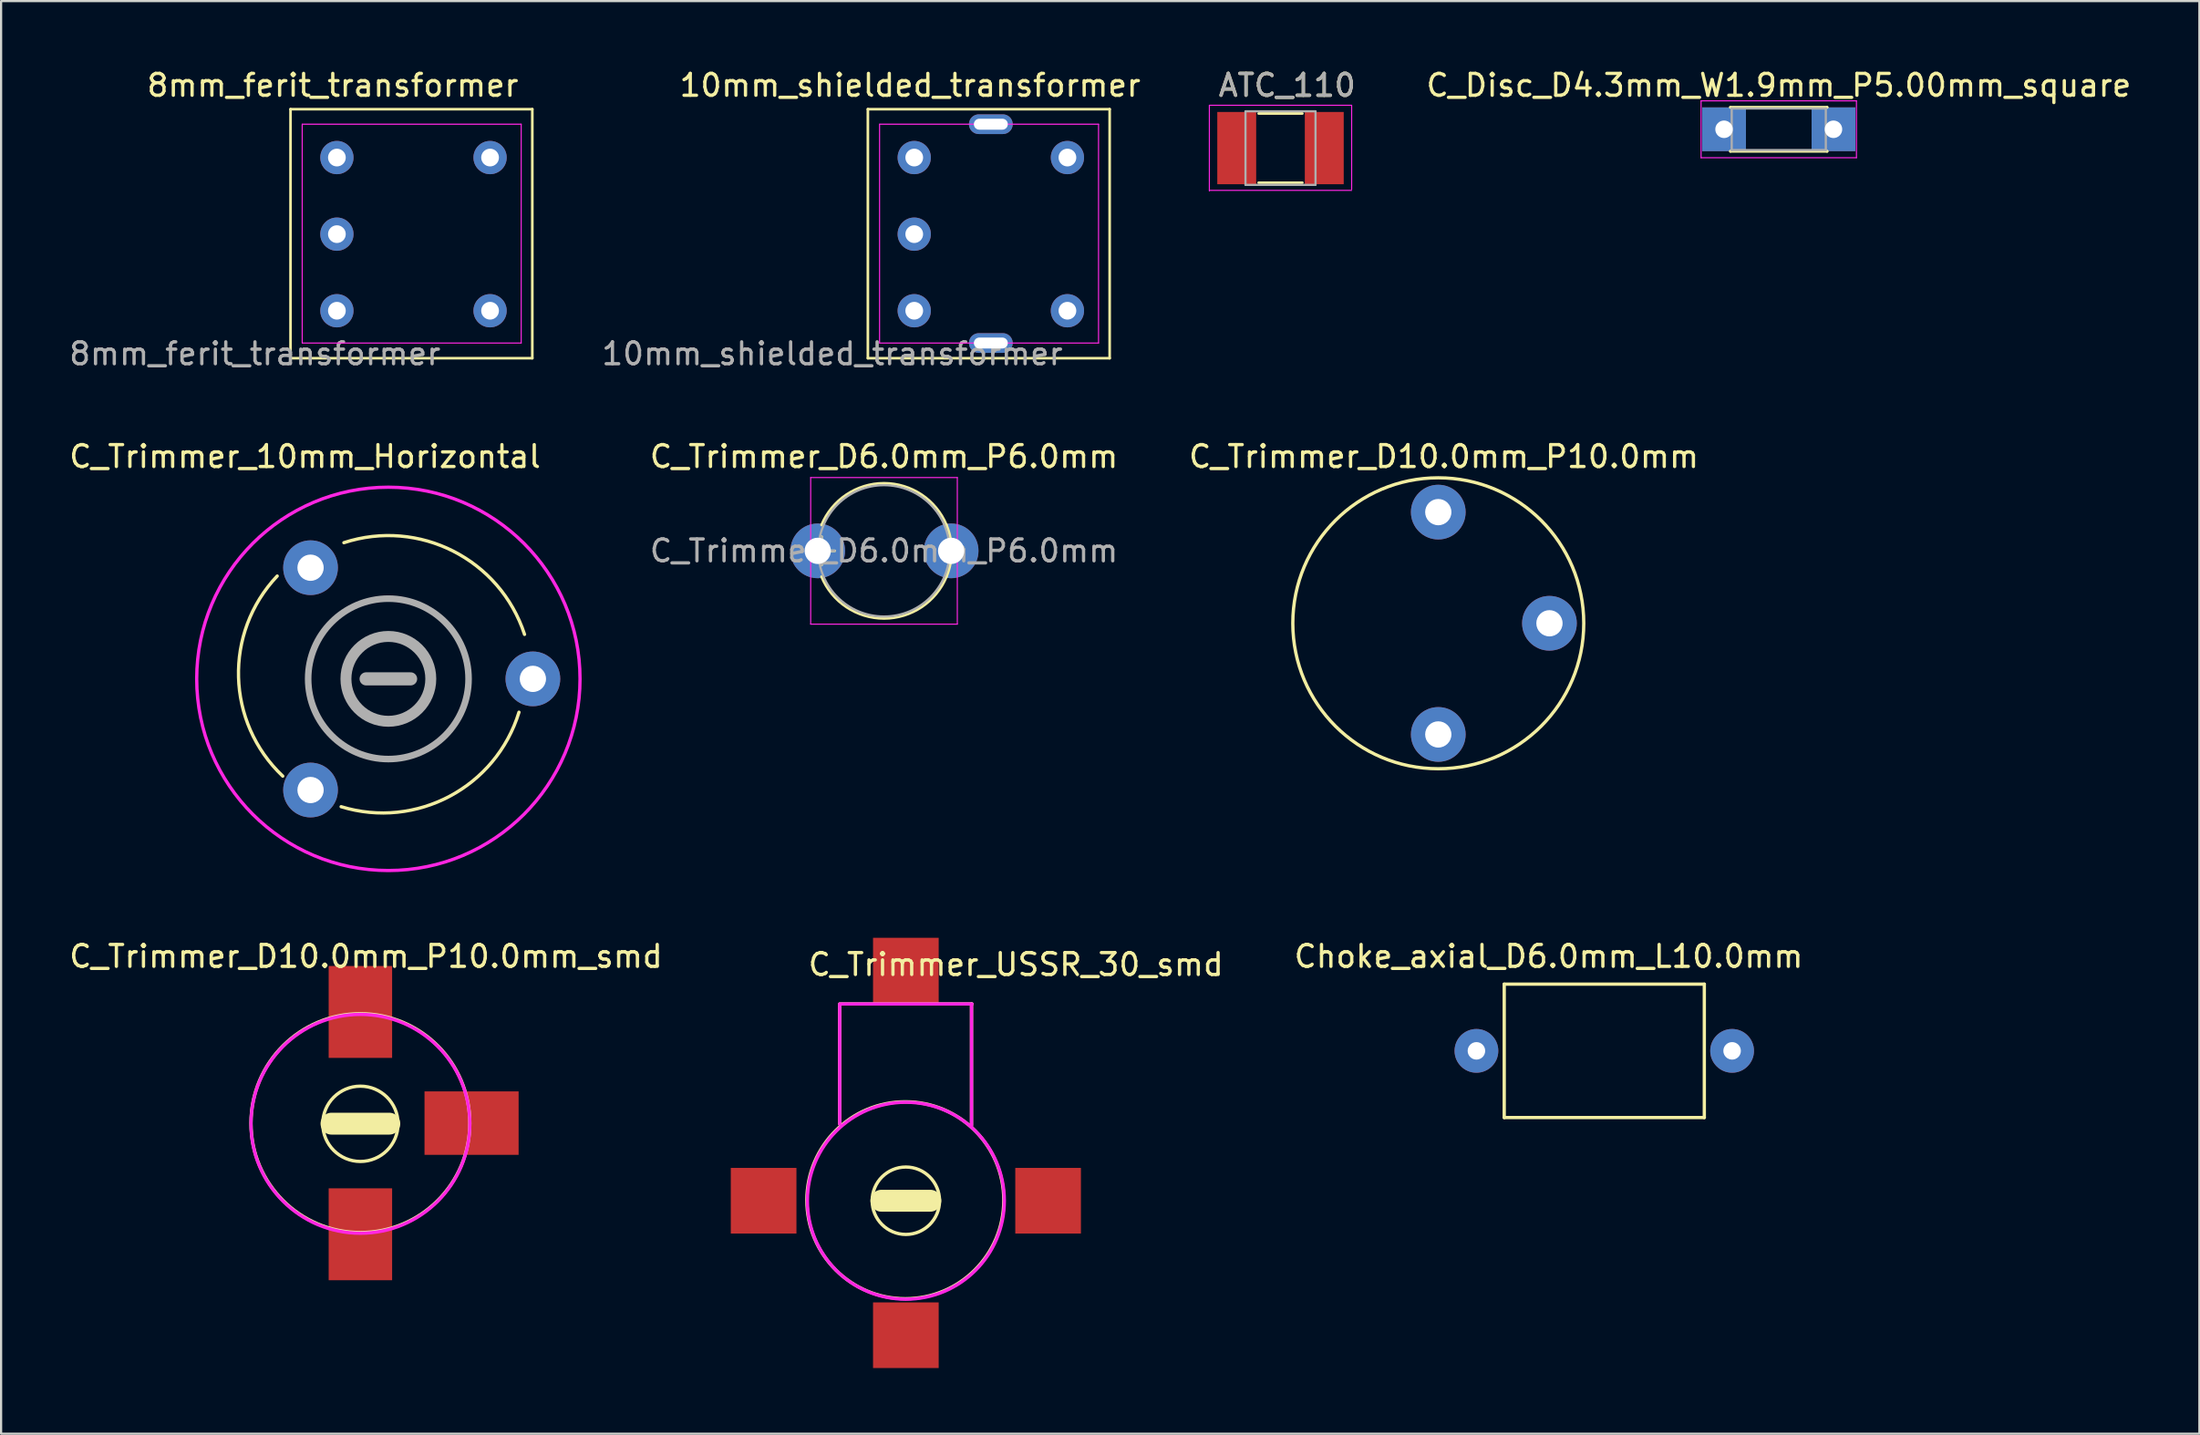
<source format=kicad_pcb>
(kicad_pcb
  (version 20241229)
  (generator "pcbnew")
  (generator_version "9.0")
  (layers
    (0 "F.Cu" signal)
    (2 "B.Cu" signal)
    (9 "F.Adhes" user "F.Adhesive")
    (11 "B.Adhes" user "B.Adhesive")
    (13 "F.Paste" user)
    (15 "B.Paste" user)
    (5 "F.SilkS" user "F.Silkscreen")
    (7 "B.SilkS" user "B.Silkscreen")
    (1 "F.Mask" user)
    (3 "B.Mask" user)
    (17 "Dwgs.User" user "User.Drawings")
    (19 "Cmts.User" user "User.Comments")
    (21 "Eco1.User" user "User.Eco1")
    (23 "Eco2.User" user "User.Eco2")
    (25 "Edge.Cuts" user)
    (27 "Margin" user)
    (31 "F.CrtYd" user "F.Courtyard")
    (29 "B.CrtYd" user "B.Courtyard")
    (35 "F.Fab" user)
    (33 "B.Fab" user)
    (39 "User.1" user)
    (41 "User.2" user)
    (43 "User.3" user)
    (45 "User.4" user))
  (footprint "8mm_ferit_transformer"
    (layer "F.Cu")
    (at 19.345 4.15)
    (property "Reference" "8mm_ferit_transformer" (at -7.188 -3.302 0) (layer "F.SilkS") (effects (font (size 1 1) (thickness 0.15))))
    (attr through_hole)
    (fp_line (start -9.119 -2.21) (end 1.93 -2.21) (stroke (width 0.12) (type solid)) (layer "F.SilkS"))
    (fp_line (start -9.119 9.169) (end -9.119 -2.21) (stroke (width 0.12) (type solid)) (layer "F.SilkS"))
    (fp_line (start 1.93 -2.21) (end 1.93 9.169) (stroke (width 0.12) (type solid)) (layer "F.SilkS"))
    (fp_line (start 1.93 9.169) (end -9.119 9.169) (stroke (width 0.12) (type solid)) (layer "F.SilkS"))
    (fp_line (start -8.585 -1.524) (end -8.585 8.476) (stroke (width 0.05) (type solid)) (layer "F.CrtYd"))
    (fp_line (start -8.578 -1.524) (end 1.422 -1.524) (stroke (width 0.05) (type solid)) (layer "F.CrtYd"))
    (fp_line (start 1.422 8.476) (end -8.578 8.476) (stroke (width 0.05) (type solid)) (layer "F.CrtYd"))
    (fp_line (start 1.422 8.476) (end 1.422 -1.524) (stroke (width 0.05) (type solid)) (layer "F.CrtYd"))
    (fp_text user "${REFERENCE}" (at -10.744 8.966 0) (layer "F.Fab") (effects (font (size 1 1) (thickness 0.15))))
    (pad "1" thru_hole circle (at -7 0) (size 1.52 1.52) (drill 0.81) (layers "*.Cu" "*.Mask"))
    (pad "2" thru_hole circle (at -7 3.5) (size 1.52 1.52) (drill 0.81) (layers "*.Cu" "*.Mask"))
    (pad "3" thru_hole circle (at -7 7) (size 1.52 1.52) (drill 0.81) (layers "*.Cu" "*.Mask"))
    (pad "4" thru_hole circle (at 0 0) (size 1.52 1.52) (drill 0.81) (layers "*.Cu" "*.Mask"))
    (pad "5" thru_hole circle (at 0 7) (size 1.52 1.52) (drill 0.81) (layers "*.Cu" "*.Mask")))
  (footprint "C_Disc_D4.3mm_W1.9mm_P5.00mm_square"
    (layer "F.Cu")
    (at 75.734 2.858)
    (property "Reference" "C_Disc_D4.3mm_W1.9mm_P5.00mm_square" (at 2.5 -2.01 0) (layer "F.SilkS") (effects (font (size 1 1) (thickness 0.15))))
    (attr through_hole)
    (fp_line (start 0.29 -1.01) (end 0.29 -0.996) (stroke (width 0.12) (type solid)) (layer "F.SilkS"))
    (fp_line (start 0.29 -1.01) (end 4.71 -1.01) (stroke (width 0.12) (type solid)) (layer "F.SilkS"))
    (fp_line (start 0.29 0.996) (end 0.29 1.01) (stroke (width 0.12) (type solid)) (layer "F.SilkS"))
    (fp_line (start 0.29 1.01) (end 4.71 1.01) (stroke (width 0.12) (type solid)) (layer "F.SilkS"))
    (fp_line (start 4.71 -1.01) (end 4.71 -0.996) (stroke (width 0.12) (type solid)) (layer "F.SilkS"))
    (fp_line (start 4.71 0.996) (end 4.71 1.01) (stroke (width 0.12) (type solid)) (layer "F.SilkS"))
    (fp_line (start -1.05 -1.3) (end -1.05 1.3) (stroke (width 0.05) (type solid)) (layer "F.CrtYd"))
    (fp_line (start -1.05 1.3) (end 6.05 1.3) (stroke (width 0.05) (type solid)) (layer "F.CrtYd"))
    (fp_line (start 6.05 -1.3) (end -1.05 -1.3) (stroke (width 0.05) (type solid)) (layer "F.CrtYd"))
    (fp_line (start 6.05 1.3) (end 6.05 -1.3) (stroke (width 0.05) (type solid)) (layer "F.CrtYd"))
    (fp_line (start 0.35 -0.95) (end 0.35 0.95) (stroke (width 0.1) (type solid)) (layer "F.Fab"))
    (fp_line (start 0.35 0.95) (end 4.65 0.95) (stroke (width 0.1) (type solid)) (layer "F.Fab"))
    (fp_line (start 4.65 -0.95) (end 0.35 -0.95) (stroke (width 0.1) (type solid)) (layer "F.Fab"))
    (fp_line (start 4.65 0.95) (end 4.65 -0.95) (stroke (width 0.1) (type solid)) (layer "F.Fab"))
    (pad "1" thru_hole rect (at 0 0) (size 2 2) (drill 0.8) (layers "*.Cu" "*.Mask"))
    (pad "2" thru_hole rect (at 5 0) (size 2 2) (drill 0.8) (layers "*.Cu" "*.Mask")))
  (footprint "C_Trimmer_D10.0mm_P10.0mm"
    (layer "F.Cu")
    (at 62.675 30.513)
    (property "Reference" "C_Trimmer_D10.0mm_P10.0mm" (at 0.254 -12.7 0) (layer "F.SilkS") (effects (font (size 1 1) (thickness 0.15))))
    (attr through_hole)
    (fp_circle (center 0 -5.08) (end 4.572 -0.254) (stroke (width 0.15) (type solid)) (fill no) (layer "F.SilkS"))
    (pad "1" thru_hole circle (at 5.08 -5.08) (size 2.5 2.5) (drill 1.2) (layers "*.Cu" "*.Mask"))
    (pad "2" thru_hole circle (at 0 -10.16) (size 2.5 2.5) (drill 1.2) (layers "*.Cu" "*.Mask"))
    (pad "2" thru_hole circle (at 0 0) (size 2.5 2.5) (drill 1.2) (layers "*.Cu" "*.Mask")))
  (footprint "C_Trimmer_D10.0mm_P10.0mm_smd"
    (layer "F.Cu")
    (at 13.419 53.355)
    (property "Reference" "C_Trimmer_D10.0mm_P10.0mm_smd" (at 0.254 -12.7 0) (layer "F.SilkS") (effects (font (size 1 1) (thickness 0.15))))
    (attr through_hole)
    (fp_line (start -1.321 -5.055) (end 1.321 -5.055) (stroke (width 1) (type solid)) (layer "F.SilkS"))
    (fp_circle (center 0 -5.08) (end 5 -5.08) (stroke (width 0.15) (type solid)) (fill no) (layer "F.SilkS"))
    (fp_circle (center 0 -5.048) (end 1.72 -5.048) (stroke (width 0.15) (type solid)) (fill no) (layer "F.SilkS"))
    (fp_circle (center 0 -5.048) (end 5 -5.048) (stroke (width 0.15) (type solid)) (fill no) (layer "F.CrtYd"))
    (pad "1" smd rect (at 5.08 -5.08) (size 4.3 2.9) (layers "F.Cu" "F.Mask" "F.Paste"))
    (pad "2" smd rect (at 0 -10.16) (size 2.9 4.2) (layers "F.Cu" "F.Mask" "F.Paste"))
    (pad "2" smd rect (at 0 0) (size 2.9 4.2) (layers "F.Cu" "F.Mask" "F.Paste")))
  (footprint "C_Trimmer_D6.0mm_P6.0mm"
    (layer "F.Cu")
    (at 36.096 22.123)
    (property "Reference" "C_Trimmer_D6.0mm_P6.0mm" (at 1.25 -4.31 0) (layer "F.SilkS") (effects (font (size 1 1) (thickness 0.15))))
    (attr through_hole)
    (fp_line (start -2.2 0) (end -1 0) (stroke (width 0.12) (type solid)) (layer "F.SilkS"))
    (fp_line (start -1.6 -0.65) (end -1.6 0.65) (stroke (width 0.12) (type solid)) (layer "F.SilkS"))
    (fp_arc (start -1.605819 -1.18) (mid 1.25 -3.09) (end 4.105819 -1.18) (stroke (width 0.12) (type solid)) (layer "F.SilkS"))
    (fp_arc (start 4.105819 -1.18) (mid 4.34 0) (end 4.105819 1.18) (stroke (width 0.12) (type solid)) (layer "F.SilkS"))
    (fp_arc (start 4.105819 1.18) (mid 1.25 3.09) (end -1.605819 1.18) (stroke (width 0.12) (type solid)) (layer "F.SilkS"))
    (fp_line (start -2.1 -3.35) (end -2.1 3.35) (stroke (width 0.05) (type solid)) (layer "F.CrtYd"))
    (fp_line (start -2.1 3.35) (end 4.6 3.35) (stroke (width 0.05) (type solid)) (layer "F.CrtYd"))
    (fp_line (start 4.6 -3.35) (end -2.1 -3.35) (stroke (width 0.05) (type solid)) (layer "F.CrtYd"))
    (fp_line (start 4.6 3.35) (end 4.6 -3.35) (stroke (width 0.05) (type solid)) (layer "F.CrtYd"))
    (fp_line (start -2.2 0) (end -1 0) (stroke (width 0.1) (type solid)) (layer "F.Fab"))
    (fp_line (start -1.6 -0.65) (end -1.6 0.65) (stroke (width 0.1) (type solid)) (layer "F.Fab"))
    (fp_circle (center 1.25 0) (end 4.25 0) (stroke (width 0.1) (type solid)) (fill no) (layer "F.Fab"))
    (fp_text user "${REFERENCE}" (at 1.25 0 0) (layer "F.Fab") (effects (font (size 1 1) (thickness 0.15))))
    (pad "1" thru_hole circle (at -1.778 0) (size 2.5 2.5) (drill 1.2) (layers "*.Cu" "*.Mask"))
    (pad "2" thru_hole circle (at 4.318 0) (size 2.5 2.5) (drill 1.2) (layers "*.Cu" "*.Mask")))
  (footprint "ATC_110"
    (layer "F.Cu")
    (at 55.465 3.718)
    (property "Reference" "ATC_110" (at 0.305 -2.87 0) (layer "F.SilkS") (effects (font (size 1 1) (thickness 0.15))))
    (attr smd)
    (fp_line (start -1 1.582) (end 1 1.582) (stroke (width 0.12) (type solid)) (layer "F.SilkS"))
    (fp_line (start 1 -1.582) (end -1 -1.582) (stroke (width 0.12) (type solid)) (layer "F.SilkS"))
    (fp_line (start -3.251 -1.956) (end -3.251 1.956) (stroke (width 0.05) (type solid)) (layer "F.CrtYd"))
    (fp_line (start -3.25 -1.957) (end 3.25 -1.957) (stroke (width 0.05) (type solid)) (layer "F.CrtYd"))
    (fp_line (start 3.25 1.932) (end -3.25 1.932) (stroke (width 0.05) (type solid)) (layer "F.CrtYd"))
    (fp_line (start 3.251 -1.956) (end 3.251 1.88) (stroke (width 0.05) (type solid)) (layer "F.CrtYd"))
    (fp_line (start -1.6 -1.676) (end -1.6 1.676) (stroke (width 0.1) (type solid)) (layer "F.Fab"))
    (fp_line (start -1.6 -1.682) (end 1.6 -1.682) (stroke (width 0.1) (type solid)) (layer "F.Fab"))
    (fp_line (start 1.6 1.682) (end -1.6 1.682) (stroke (width 0.1) (type solid)) (layer "F.Fab"))
    (fp_line (start 1.6 -1.676) (end 1.6 1.676) (stroke (width 0.1) (type solid)) (layer "F.Fab"))
    (fp_text user "${REFERENCE}" (at 0.305 -2.87 0) (layer "F.Fab") (effects (font (size 1 1) (thickness 0.15))))
    (pad "1" smd rect (at -2 0) (size 1.778 3.302) (layers "F.Cu" "F.Mask" "F.Paste"))
    (pad "2" smd rect (at 2 0) (size 1.778 3.302) (layers "F.Cu" "F.Mask" "F.Paste")))
  (footprint "10mm_shielded_transformer"
    (layer "F.Cu")
    (at 45.728 4.15)
    (property "Reference" "10mm_shielded_transformer" (at -7.188 -3.302 0) (layer "F.SilkS") (effects (font (size 1 1) (thickness 0.15))))
    (attr through_hole)
    (fp_line (start -9.119 -2.21) (end 1.93 -2.21) (stroke (width 0.12) (type solid)) (layer "F.SilkS"))
    (fp_line (start -9.119 9.169) (end -9.119 -2.21) (stroke (width 0.12) (type solid)) (layer "F.SilkS"))
    (fp_line (start 1.93 -2.21) (end 1.93 9.169) (stroke (width 0.12) (type solid)) (layer "F.SilkS"))
    (fp_line (start 1.93 9.169) (end -9.119 9.169) (stroke (width 0.12) (type solid)) (layer "F.SilkS"))
    (fp_line (start -8.585 -1.524) (end -8.585 8.476) (stroke (width 0.05) (type solid)) (layer "F.CrtYd"))
    (fp_line (start -8.578 -1.524) (end 1.422 -1.524) (stroke (width 0.05) (type solid)) (layer "F.CrtYd"))
    (fp_line (start 1.422 8.476) (end -8.578 8.476) (stroke (width 0.05) (type solid)) (layer "F.CrtYd"))
    (fp_line (start 1.422 8.476) (end 1.422 -1.524) (stroke (width 0.05) (type solid)) (layer "F.CrtYd"))
    (fp_text user "${REFERENCE}" (at -10.744 8.966 0) (layer "F.Fab") (effects (font (size 1 1) (thickness 0.15))))
    (pad "0" thru_hole oval (at -3.5 -1.524) (size 2 0.9) (drill oval 1.55 0.5) (layers "*.Cu" "*.Mask"))
    (pad "0" thru_hole oval (at -3.5 8.476) (size 2 0.9) (drill oval 1.55 0.5) (layers "*.Cu" "*.Mask"))
    (pad "1" thru_hole circle (at -7 0) (size 1.52 1.52) (drill 0.81) (layers "*.Cu" "*.Mask"))
    (pad "2" thru_hole circle (at -7 3.5) (size 1.52 1.52) (drill 0.81) (layers "*.Cu" "*.Mask"))
    (pad "3" thru_hole circle (at -7 7) (size 1.52 1.52) (drill 0.81) (layers "*.Cu" "*.Mask"))
    (pad "4" thru_hole circle (at 0 0) (size 1.52 1.52) (drill 0.81) (layers "*.Cu" "*.Mask"))
    (pad "5" thru_hole circle (at 0 7) (size 1.52 1.52) (drill 0.81) (layers "*.Cu" "*.Mask")))
  (footprint "Choke_axial_D6.0mm_L10.0mm"
    (layer "F.Cu")
    (at 64.418 44.973)
    (property "Reference" "Choke_axial_D6.0mm_L10.0mm" (at 3.302 -4.318 0) (layer "F.SilkS") (effects (font (size 1 1) (thickness 0.15))))
    (attr through_hole)
    (fp_line (start 1.27 -3.048) (end 1.27 3.048) (stroke (width 0.15) (type solid)) (layer "F.SilkS"))
    (fp_line (start 1.27 3.048) (end 10.414 3.048) (stroke (width 0.15) (type solid)) (layer "F.SilkS"))
    (fp_line (start 10.414 -3.048) (end 1.27 -3.048) (stroke (width 0.15) (type solid)) (layer "F.SilkS"))
    (fp_line (start 10.414 3.048) (end 10.414 -3.048) (stroke (width 0.15) (type solid)) (layer "F.SilkS"))
    (pad "1" thru_hole circle (at 0 0) (size 1.999 1.999) (drill 0.8) (layers "*.Cu" "*.Mask"))
    (pad "2" thru_hole circle (at 11.684 0) (size 1.999 1.999) (drill 0.8) (layers "*.Cu" "*.Mask")))
  (footprint "C_Trimmer_USSR_30_smd"
    (layer "F.Cu")
    (at 38.345 50.196)
    (property "Reference" "C_Trimmer_USSR_30_smd" (at 5.029 -9.169 180) (layer "F.SilkS") (effects (font (size 1 1) (thickness 0.15))))
    (attr through_hole)
    (fp_line (start -3.023 -7.366) (end 3.023 -7.366) (stroke (width 0.15) (type solid)) (layer "F.SilkS"))
    (fp_line (start -3.023 -7.315) (end -3.023 -1.88) (stroke (width 0.15) (type solid)) (layer "F.SilkS"))
    (fp_line (start -1.118 1.626) (end 1.118 1.626) (stroke (width 1) (type solid)) (layer "F.SilkS"))
    (fp_line (start 3 -7.366) (end 3 -1.829) (stroke (width 0.15) (type solid)) (layer "F.SilkS"))
    (fp_circle (center -0.025 1.604) (end 4.475 1.604) (stroke (width 0.15) (type solid)) (fill no) (layer "F.SilkS"))
    (fp_circle (center 0 1.626) (end 1.54 1.626) (stroke (width 0.15) (type solid)) (fill no) (layer "F.SilkS"))
    (fp_line (start -3.023 -7.366) (end 3.023 -7.366) (stroke (width 0.15) (type solid)) (layer "F.CrtYd"))
    (fp_line (start -3.023 -7.315) (end -3.023 -1.88) (stroke (width 0.15) (type solid)) (layer "F.CrtYd"))
    (fp_line (start 3 -7.315) (end 3 -1.778) (stroke (width 0.15) (type solid)) (layer "F.CrtYd"))
    (fp_circle (center 0 1.626) (end 4.5 1.626) (stroke (width 0.15) (type solid)) (fill no) (layer "F.CrtYd"))
    (pad "1" smd rect (at 0 -8.89 180) (size 3 3) (layers "F.Cu" "F.Mask" "F.Paste"))
    (pad "2" smd rect (at -6.5 1.626 270) (size 3 3) (layers "F.Cu" "F.Mask" "F.Paste"))
    (pad "2" smd rect (at 0 7.772 180) (size 3 3) (layers "F.Cu" "F.Mask" "F.Paste"))
    (pad "2" smd rect (at 6.5 1.626 180) (size 3 3) (layers "F.Cu" "F.Mask" "F.Paste")))
  (footprint "C_Trimmer_10mm_Horizontal"
    (layer "F.Cu")
    (at 11.141 33.053)
    (property "Reference" "C_Trimmer_10mm_Horizontal" (at -0.254 -15.24 0) (layer "F.SilkS") (effects (font (size 1 1) (thickness 0.15))))
    (attr through_hole)
    (fp_arc (start -1.27 -0.635) (mid -3.290784 -5.154395) (end -1.524 -9.779) (stroke (width 0.15) (type solid)) (layer "F.SilkS"))
    (fp_arc (start 1.524 -11.303) (mid 6.519485 -10.917166) (end 9.779 -7.112) (stroke (width 0.15) (type solid)) (layer "F.SilkS"))
    (fp_arc (start 9.525 -3.556) (mid 6.355287 0.286364) (end 1.397 0.762) (stroke (width 0.15) (type solid)) (layer "F.SilkS"))
    (fp_circle (center 3.556 -5.08) (end 1.016 -13.462) (stroke (width 0.15) (type solid)) (fill no) (layer "F.CrtYd"))
    (fp_line (start 4.572 -5.08) (end 2.54 -5.08) (stroke (width 0.6) (type solid)) (layer "F.Fab"))
    (fp_circle (center 3.556 -5.08) (end 4.445 -8.636) (stroke (width 0.3) (type solid)) (fill no) (layer "F.Fab"))
    (fp_circle (center 3.556 -5.08) (end 5.207 -6.096) (stroke (width 0.5) (type solid)) (fill no) (layer "F.Fab"))
    (pad "1" thru_hole circle (at 10.16 -5.08) (size 2.5 2.5) (drill 1.2) (layers "*.Cu" "*.Mask"))
    (pad "2" thru_hole circle (at 0 -10.16) (size 2.5 2.5) (drill 1.2) (layers "*.Cu" "*.Mask"))
    (pad "2" thru_hole circle (at 0 0) (size 2.5 2.5) (drill 1.2) (layers "*.Cu" "*.Mask")))
  (gr_rect
    (start -3 -3)
    (end 97.455 62.469)
    (stroke (width 0.1) (type default))
    (fill no)
    (layer "Edge.Cuts")))
</source>
